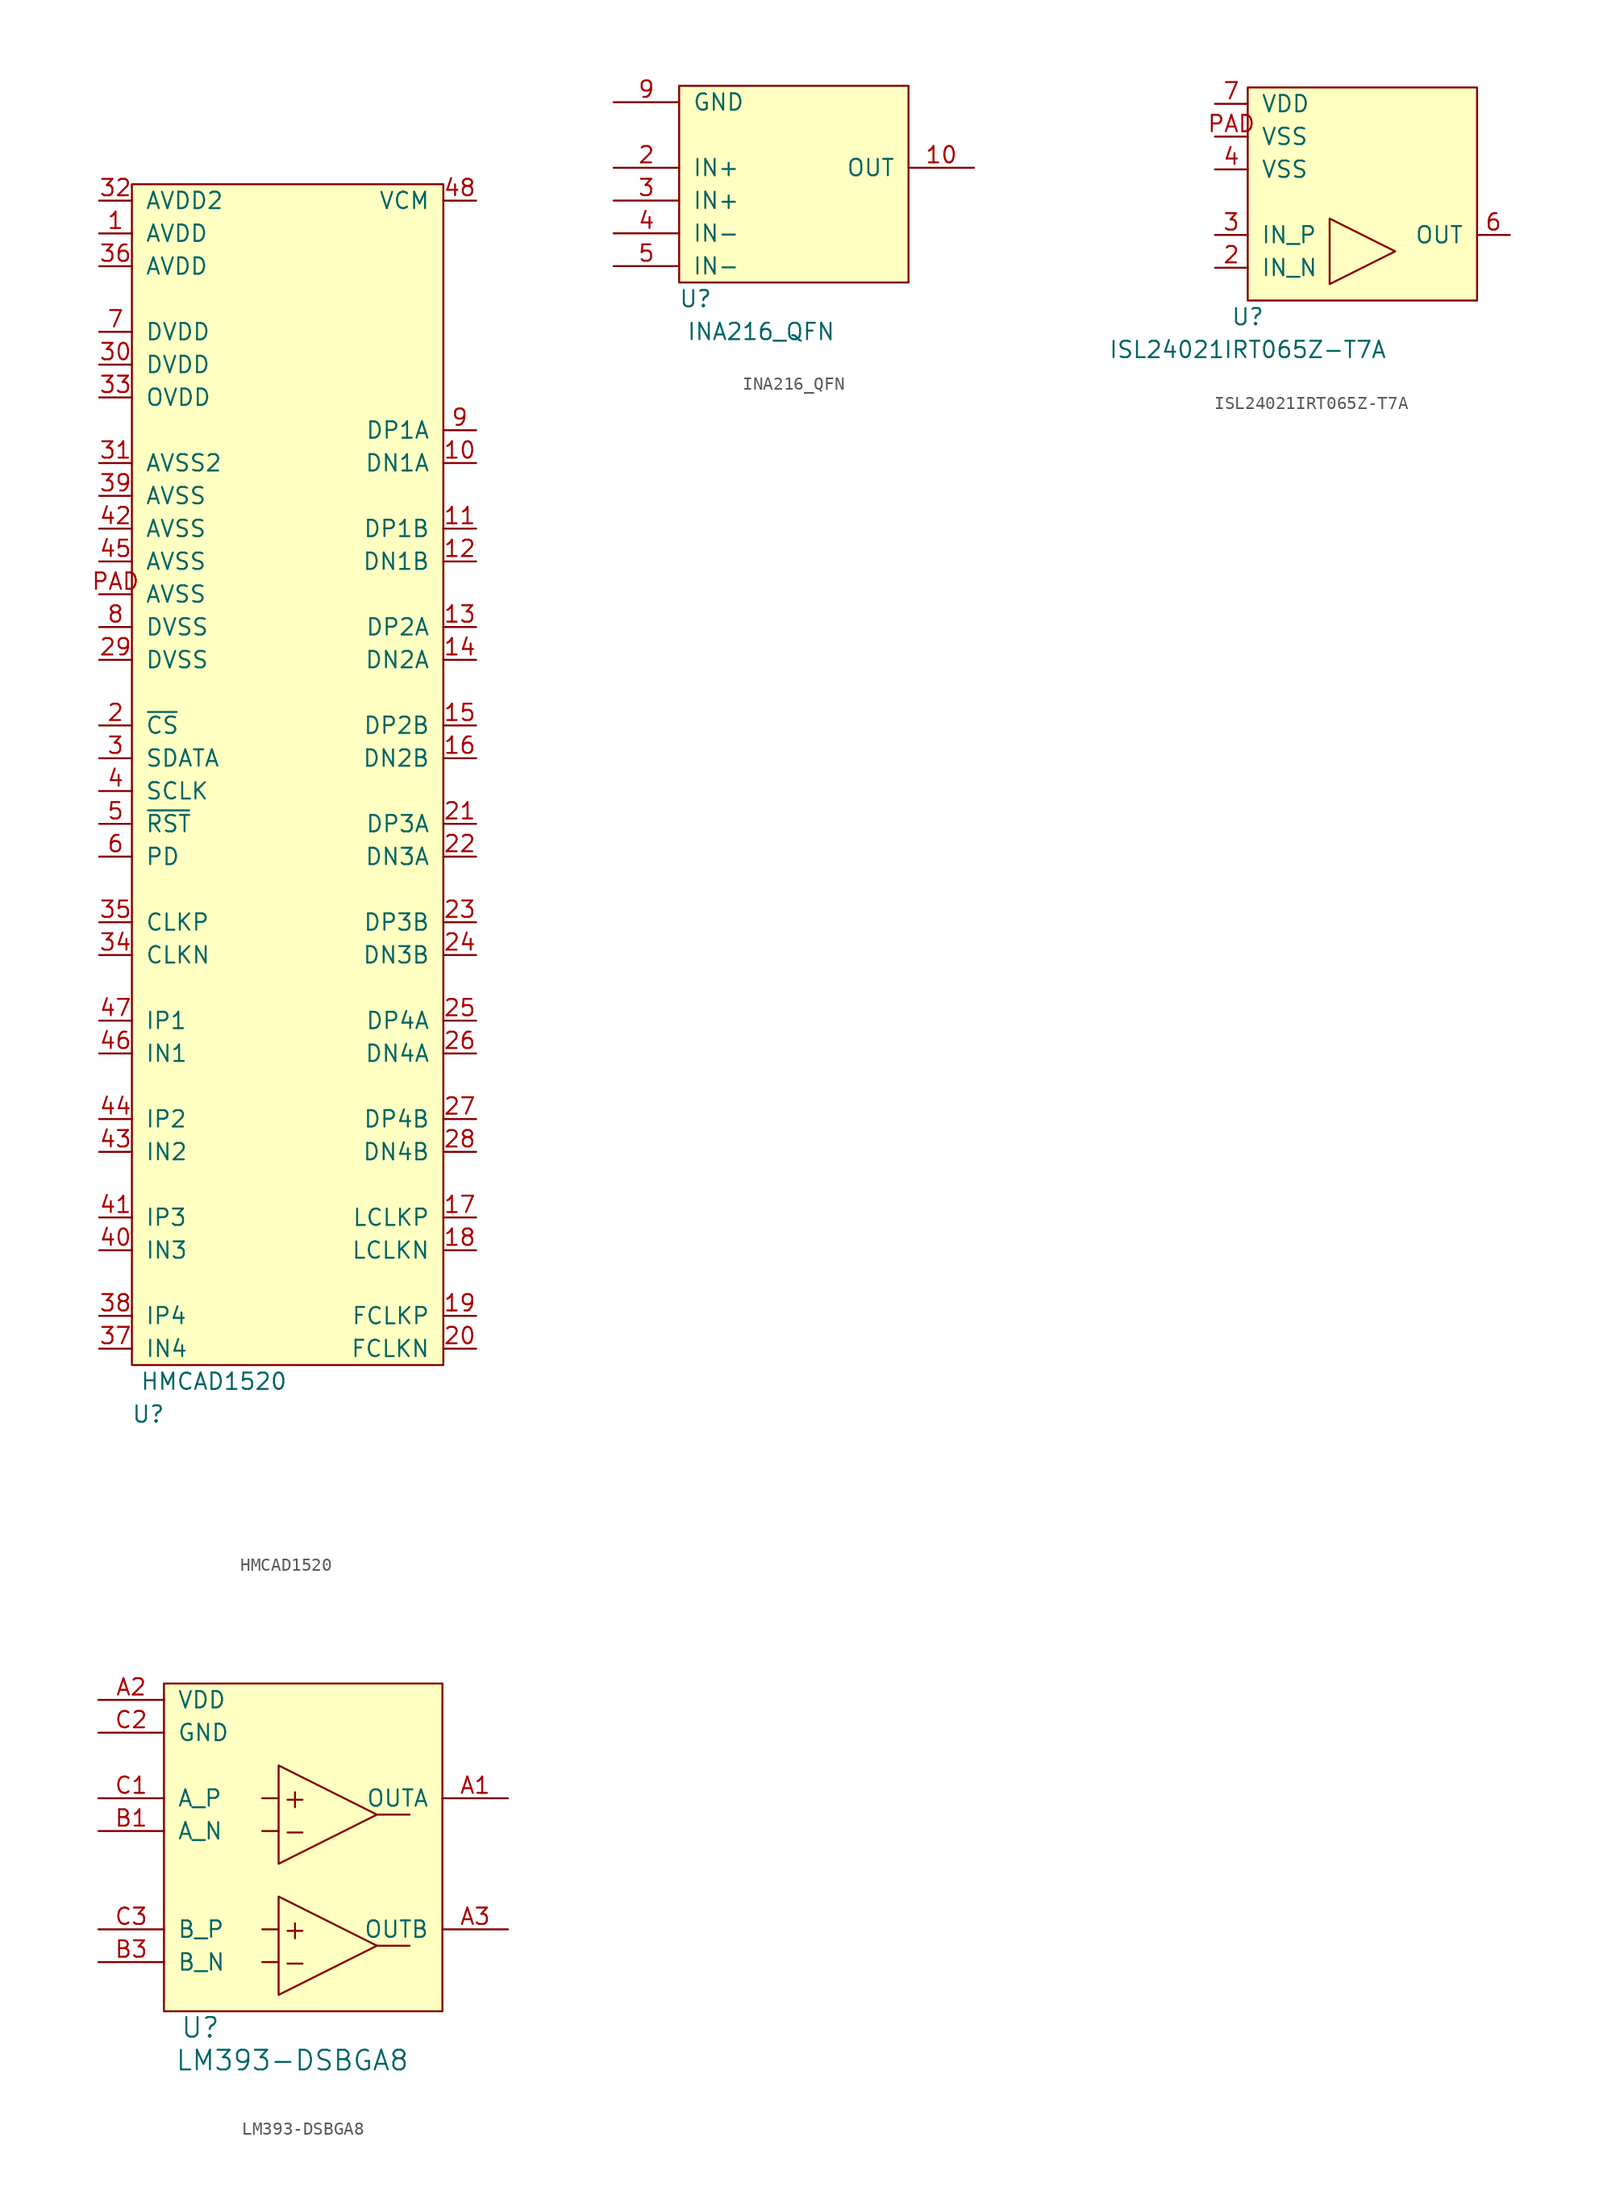
<source format=kicad_sym>
(kicad_symbol_lib
  (version 20211014)
  (generator kicad_symbol_editor)
  (symbol "HMCAD1520"
    (pin_names
      (offset 1.016))
    (property "Reference" "U"
      (at 1.27 -3.81 0)
      (effects (font (size 1.27 1.27))))
    (property "Value" "HMCAD1520"
      (at 6.35 -1.27 0)
      (effects (font (size 1.27 1.27))))
    (symbol "HMCAD1520_0_1"
      (rectangle (start 0 91.44) (end 24.13 0) (stroke (width 0) (type default) (color 0 0 0 0)) (fill (type background))))
    (symbol "HMCAD1520_1_1"
      (pin power_in line (at -2.54 87.63 0) (length 2.54) (name "AVDD" (effects (font (size 1.27 1.27)))) (number "1" (effects (font (size 1.27 1.27)))))
      (pin output line (at 26.67 69.85 180) (length 2.54) (name "DN1A" (effects (font (size 1.27 1.27)))) (number "10" (effects (font (size 1.27 1.27)))))
      (pin output line (at 26.67 64.77 180) (length 2.54) (name "DP1B" (effects (font (size 1.27 1.27)))) (number "11" (effects (font (size 1.27 1.27)))))
      (pin output line (at 26.67 62.23 180) (length 2.54) (name "DN1B" (effects (font (size 1.27 1.27)))) (number "12" (effects (font (size 1.27 1.27)))))
      (pin output line (at 26.67 57.15 180) (length 2.54) (name "DP2A" (effects (font (size 1.27 1.27)))) (number "13" (effects (font (size 1.27 1.27)))))
      (pin output line (at 26.67 54.61 180) (length 2.54) (name "DN2A" (effects (font (size 1.27 1.27)))) (number "14" (effects (font (size 1.27 1.27)))))
      (pin output line (at 26.67 49.53 180) (length 2.54) (name "DP2B" (effects (font (size 1.27 1.27)))) (number "15" (effects (font (size 1.27 1.27)))))
      (pin output line (at 26.67 46.99 180) (length 2.54) (name "DN2B" (effects (font (size 1.27 1.27)))) (number "16" (effects (font (size 1.27 1.27)))))
      (pin output line (at 26.67 11.43 180) (length 2.54) (name "LCLKP" (effects (font (size 1.27 1.27)))) (number "17" (effects (font (size 1.27 1.27)))))
      (pin output line (at 26.67 8.89 180) (length 2.54) (name "LCLKN" (effects (font (size 1.27 1.27)))) (number "18" (effects (font (size 1.27 1.27)))))
      (pin output line (at 26.67 3.81 180) (length 2.54) (name "FCLKP" (effects (font (size 1.27 1.27)))) (number "19" (effects (font (size 1.27 1.27)))))
      (pin input line (at -2.54 49.53 0) (length 2.54) (name "~{CS}" (effects (font (size 1.27 1.27)))) (number "2" (effects (font (size 1.27 1.27)))))
      (pin output line (at 26.67 1.27 180) (length 2.54) (name "FCLKN" (effects (font (size 1.27 1.27)))) (number "20" (effects (font (size 1.27 1.27)))))
      (pin output line (at 26.67 41.91 180) (length 2.54) (name "DP3A" (effects (font (size 1.27 1.27)))) (number "21" (effects (font (size 1.27 1.27)))))
      (pin output line (at 26.67 39.37 180) (length 2.54) (name "DN3A" (effects (font (size 1.27 1.27)))) (number "22" (effects (font (size 1.27 1.27)))))
      (pin output line (at 26.67 34.29 180) (length 2.54) (name "DP3B" (effects (font (size 1.27 1.27)))) (number "23" (effects (font (size 1.27 1.27)))))
      (pin output line (at 26.67 31.75 180) (length 2.54) (name "DN3B" (effects (font (size 1.27 1.27)))) (number "24" (effects (font (size 1.27 1.27)))))
      (pin output line (at 26.67 26.67 180) (length 2.54) (name "DP4A" (effects (font (size 1.27 1.27)))) (number "25" (effects (font (size 1.27 1.27)))))
      (pin output line (at 26.67 24.13 180) (length 2.54) (name "DN4A" (effects (font (size 1.27 1.27)))) (number "26" (effects (font (size 1.27 1.27)))))
      (pin output line (at 26.67 19.05 180) (length 2.54) (name "DP4B" (effects (font (size 1.27 1.27)))) (number "27" (effects (font (size 1.27 1.27)))))
      (pin output line (at 26.67 16.51 180) (length 2.54) (name "DN4B" (effects (font (size 1.27 1.27)))) (number "28" (effects (font (size 1.27 1.27)))))
      (pin power_in line (at -2.54 54.61 0) (length 2.54) (name "DVSS" (effects (font (size 1.27 1.27)))) (number "29" (effects (font (size 1.27 1.27)))))
      (pin input line (at -2.54 46.99 0) (length 2.54) (name "SDATA" (effects (font (size 1.27 1.27)))) (number "3" (effects (font (size 1.27 1.27)))))
      (pin power_in line (at -2.54 77.47 0) (length 2.54) (name "DVDD" (effects (font (size 1.27 1.27)))) (number "30" (effects (font (size 1.27 1.27)))))
      (pin power_in line (at -2.54 69.85 0) (length 2.54) (name "AVSS2" (effects (font (size 1.27 1.27)))) (number "31" (effects (font (size 1.27 1.27)))))
      (pin power_in line (at -2.54 90.17 0) (length 2.54) (name "AVDD2" (effects (font (size 1.27 1.27)))) (number "32" (effects (font (size 1.27 1.27)))))
      (pin power_in line (at -2.54 74.93 0) (length 2.54) (name "OVDD" (effects (font (size 1.27 1.27)))) (number "33" (effects (font (size 1.27 1.27)))))
      (pin input line (at -2.54 31.75 0) (length 2.54) (name "CLKN" (effects (font (size 1.27 1.27)))) (number "34" (effects (font (size 1.27 1.27)))))
      (pin input line (at -2.54 34.29 0) (length 2.54) (name "CLKP" (effects (font (size 1.27 1.27)))) (number "35" (effects (font (size 1.27 1.27)))))
      (pin power_in line (at -2.54 85.09 0) (length 2.54) (name "AVDD" (effects (font (size 1.27 1.27)))) (number "36" (effects (font (size 1.27 1.27)))))
      (pin input line (at -2.54 1.27 0) (length 2.54) (name "IN4" (effects (font (size 1.27 1.27)))) (number "37" (effects (font (size 1.27 1.27)))))
      (pin input line (at -2.54 3.81 0) (length 2.54) (name "IP4" (effects (font (size 1.27 1.27)))) (number "38" (effects (font (size 1.27 1.27)))))
      (pin power_in line (at -2.54 67.31 0) (length 2.54) (name "AVSS" (effects (font (size 1.27 1.27)))) (number "39" (effects (font (size 1.27 1.27)))))
      (pin input line (at -2.54 44.45 0) (length 2.54) (name "SCLK" (effects (font (size 1.27 1.27)))) (number "4" (effects (font (size 1.27 1.27)))))
      (pin input line (at -2.54 8.89 0) (length 2.54) (name "IN3" (effects (font (size 1.27 1.27)))) (number "40" (effects (font (size 1.27 1.27)))))
      (pin input line (at -2.54 11.43 0) (length 2.54) (name "IP3" (effects (font (size 1.27 1.27)))) (number "41" (effects (font (size 1.27 1.27)))))
      (pin power_in line (at -2.54 64.77 0) (length 2.54) (name "AVSS" (effects (font (size 1.27 1.27)))) (number "42" (effects (font (size 1.27 1.27)))))
      (pin input line (at -2.54 16.51 0) (length 2.54) (name "IN2" (effects (font (size 1.27 1.27)))) (number "43" (effects (font (size 1.27 1.27)))))
      (pin input line (at -2.54 19.05 0) (length 2.54) (name "IP2" (effects (font (size 1.27 1.27)))) (number "44" (effects (font (size 1.27 1.27)))))
      (pin power_in line (at -2.54 62.23 0) (length 2.54) (name "AVSS" (effects (font (size 1.27 1.27)))) (number "45" (effects (font (size 1.27 1.27)))))
      (pin input line (at -2.54 24.13 0) (length 2.54) (name "IN1" (effects (font (size 1.27 1.27)))) (number "46" (effects (font (size 1.27 1.27)))))
      (pin input line (at -2.54 26.67 0) (length 2.54) (name "IP1" (effects (font (size 1.27 1.27)))) (number "47" (effects (font (size 1.27 1.27)))))
      (pin output line (at 26.67 90.17 180) (length 2.54) (name "VCM" (effects (font (size 1.27 1.27)))) (number "48" (effects (font (size 1.27 1.27)))))
      (pin input line (at -2.54 41.91 0) (length 2.54) (name "~{RST}" (effects (font (size 1.27 1.27)))) (number "5" (effects (font (size 1.27 1.27)))))
      (pin input line (at -2.54 39.37 0) (length 2.54) (name "PD" (effects (font (size 1.27 1.27)))) (number "6" (effects (font (size 1.27 1.27)))))
      (pin power_in line (at -2.54 80.01 0) (length 2.54) (name "DVDD" (effects (font (size 1.27 1.27)))) (number "7" (effects (font (size 1.27 1.27)))))
      (pin power_in line (at -2.54 57.15 0) (length 2.54) (name "DVSS" (effects (font (size 1.27 1.27)))) (number "8" (effects (font (size 1.27 1.27)))))
      (pin output line (at 26.67 72.39 180) (length 2.54) (name "DP1A" (effects (font (size 1.27 1.27)))) (number "9" (effects (font (size 1.27 1.27)))))
      (pin power_in line (at -2.54 59.69 0) (length 2.54) (name "AVSS" (effects (font (size 1.27 1.27)))) (number "PAD" (effects (font (size 1.27 1.27)))))))
  (symbol "INA216_QFN"
    (pin_names
      (offset 1.016))
    (property "Reference" "U"
      (at 1.27 -1.27 0)
      (effects (font (size 1.27 1.27))))
    (property "Value" "INA216_QFN"
      (at 6.35 -3.81 0)
      (effects (font (size 1.27 1.27))))
    (symbol "INA216_QFN_0_1"
      (rectangle (start 0 15.24) (end 17.78 0) (stroke (width 0) (type default) (color 0 0 0 0)) (fill (type background))))
    (symbol "INA216_QFN_1_1"
      (pin output line (at 22.86 8.89 180) (length 5.08) (name "OUT" (effects (font (size 1.27 1.27)))) (number "10" (effects (font (size 1.27 1.27)))))
      (pin input line (at -5.08 8.89 0) (length 5.08) (name "IN+" (effects (font (size 1.27 1.27)))) (number "2" (effects (font (size 1.27 1.27)))))
      (pin input line (at -5.08 6.35 0) (length 5.08) (name "IN+" (effects (font (size 1.27 1.27)))) (number "3" (effects (font (size 1.27 1.27)))))
      (pin input line (at -5.08 3.81 0) (length 5.08) (name "IN-" (effects (font (size 1.27 1.27)))) (number "4" (effects (font (size 1.27 1.27)))))
      (pin input line (at -5.08 1.27 0) (length 5.08) (name "IN-" (effects (font (size 1.27 1.27)))) (number "5" (effects (font (size 1.27 1.27)))))
      (pin power_in line (at -5.08 13.97 0) (length 5.08) (name "GND" (effects (font (size 1.27 1.27)))) (number "9" (effects (font (size 1.27 1.27)))))))
  (symbol "ISL24021IRT065Z-T7A‎"
    (pin_names
      (offset 1.016))
    (property "Reference" "U"
      (at 0 -1.27 0)
      (effects (font (size 1.27 1.27))))
    (property "Value" "ISL24021IRT065Z-T7A‎"
      (at 0 -3.81 0)
      (effects (font (size 1.27 1.27))))
    (symbol "ISL24021IRT065Z-T7A‎_0_1"
      (polyline (pts (xy 6.35 1.27) (xy 6.35 6.35) (xy 11.43 3.81) (xy 6.35 1.27)) (stroke (width 0) (type default) (color 0 0 0 0)) (fill (type none)))
      (rectangle (start 0 16.51) (end 17.78 0) (stroke (width 0) (type default) (color 0 0 0 0)) (fill (type background))))
    (symbol "ISL24021IRT065Z-T7A‎_1_1"
      (pin input line (at -2.54 2.54 0) (length 2.54) (name "IN_N" (effects (font (size 1.27 1.27)))) (number "2" (effects (font (size 1.27 1.27)))))
      (pin input line (at -2.54 5.08 0) (length 2.54) (name "IN_P" (effects (font (size 1.27 1.27)))) (number "3" (effects (font (size 1.27 1.27)))))
      (pin power_in line (at -2.54 10.16 0) (length 2.54) (name "VSS" (effects (font (size 1.27 1.27)))) (number "4" (effects (font (size 1.27 1.27)))))
      (pin power_out line (at 20.32 5.08 180) (length 2.54) (name "OUT" (effects (font (size 1.27 1.27)))) (number "6" (effects (font (size 1.27 1.27)))))
      (pin power_in line (at -2.54 15.24 0) (length 2.54) (name "VDD" (effects (font (size 1.27 1.27)))) (number "7" (effects (font (size 1.27 1.27)))))
      (pin power_in line (at -2.54 12.7 0) (length 2.54) (name "VSS" (effects (font (size 1.27 1.27)))) (number "PAD" (effects (font (size 1.27 1.27)))))))
  (symbol "LM393-DSBGA8"
    (pin_names
      (offset 1.016))
    (property "Reference" "U"
      (at 1.27 -1.27 0)
      (effects (font (size 1.524 1.524)) (justify left)))
    (property "Value" "LM393-DSBGA8"
      (at 19.05 -3.81 0)
      (effects (font (size 1.524 1.524)) (justify right)))
    (property "Footprint" ""
      (at 0 1.27 0)
      (effects (font (size 1.524 1.524))))
    (property "Datasheet" ""
      (at 0 1.27 0)
      (effects (font (size 1.524 1.524))))
    (symbol "LM393-DSBGA8_0_0"
      (polyline (pts (xy 7.62 3.81) (xy 8.89 3.81)) (stroke (width 0) (type default) (color 0 0 0 0)) (fill (type none)))
      (polyline (pts (xy 7.62 13.97) (xy 8.89 13.97)) (stroke (width 0) (type default) (color 0 0 0 0)) (fill (type none)))
      (polyline (pts (xy 8.89 6.35) (xy 7.62 6.35)) (stroke (width 0) (type default) (color 0 0 0 0)) (fill (type none)))
      (polyline (pts (xy 8.89 16.51) (xy 7.62 16.51)) (stroke (width 0) (type default) (color 0 0 0 0)) (fill (type none)))
      (polyline (pts (xy 16.51 5.08) (xy 19.05 5.08)) (stroke (width 0) (type default) (color 0 0 0 0)) (fill (type none)))
      (polyline (pts (xy 16.51 15.24) (xy 19.05 15.24)) (stroke (width 0) (type default) (color 0 0 0 0)) (fill (type none)))
      (polyline (pts (xy 8.89 8.89) (xy 8.89 1.27) (xy 16.51 5.08) (xy 8.89 8.89)) (stroke (width 0) (type default) (color 0 0 0 0)) (fill (type none)))
      (polyline (pts (xy 8.89 19.05) (xy 8.89 11.43) (xy 16.51 15.24) (xy 8.89 19.05)) (stroke (width 0) (type default) (color 0 0 0 0)) (fill (type none)))
      (rectangle (start 0 25.4) (end 21.59 0) (stroke (width 0) (type default) (color 0 0 0 0)) (fill (type background)))
      (text "+" (at 10.16 6.35 0) (effects (font (size 1.524 1.524))))
      (text "+" (at 10.16 16.51 0) (effects (font (size 1.524 1.524))))
      (text "-" (at 10.16 3.81 0) (effects (font (size 1.524 1.524))))
      (text "-" (at 10.16 13.97 0) (effects (font (size 1.524 1.524)))))
    (symbol "LM393-DSBGA8_1_1"
      (pin open_collector line (at 26.67 16.51 180) (length 5.08) (name "OUTA" (effects (font (size 1.27 1.27)))) (number "A1" (effects (font (size 1.27 1.27)))))
      (pin power_in line (at -5.08 24.13 0) (length 5.08) (name "VDD" (effects (font (size 1.27 1.27)))) (number "A2" (effects (font (size 1.27 1.27)))))
      (pin open_collector line (at 26.67 6.35 180) (length 5.08) (name "OUTB" (effects (font (size 1.27 1.27)))) (number "A3" (effects (font (size 1.27 1.27)))))
      (pin input line (at -5.08 13.97 0) (length 5.08) (name "A_N" (effects (font (size 1.27 1.27)))) (number "B1" (effects (font (size 1.27 1.27)))))
      (pin input line (at -5.08 3.81 0) (length 5.08) (name "B_N" (effects (font (size 1.27 1.27)))) (number "B3" (effects (font (size 1.27 1.27)))))
      (pin input line (at -5.08 16.51 0) (length 5.08) (name "A_P" (effects (font (size 1.27 1.27)))) (number "C1" (effects (font (size 1.27 1.27)))))
      (pin power_in line (at -5.08 21.59 0) (length 5.08) (name "GND" (effects (font (size 1.27 1.27)))) (number "C2" (effects (font (size 1.27 1.27)))))
      (pin input line (at -5.08 6.35 0) (length 5.08) (name "B_P" (effects (font (size 1.27 1.27)))) (number "C3" (effects (font (size 1.27 1.27))))))))
</source>
